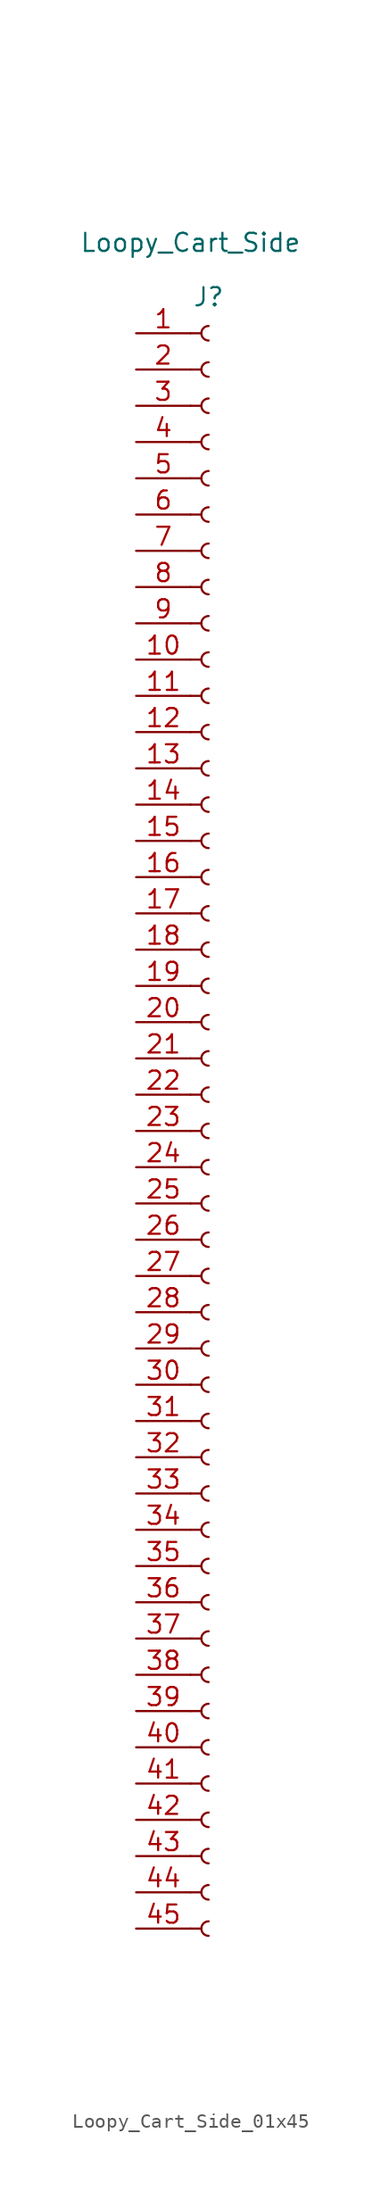
<source format=kicad_sym>
(kicad_symbol_lib
  (version 20220914)
  (generator kicad_symbol_editor)
  (symbol "Loopy_Cart_Side_01x45"
    (pin_names
      (offset 1.016) hide)
    (property "Reference" "J"
      (at 0 50.8 0)
      (effects (font (size 1.27 1.27))))
    (property "Value" "Loopy_Cart_Side"
      (at -1.27 54.61 0)
      (effects (font (size 1.27 1.27))))
    (property "ki_locked" ""
      (at 0 0 0)
      (effects (font (size 1.27 1.27))))
    (symbol "Loopy_Cart_Side_01x45_1_1"
      (arc (start 0 -62.992) (mid -0.5058 -63.5) (end 0 -64.008) (stroke (width 0.1524) (type default)) (fill (type none)))
      (arc (start 0 -60.452) (mid -0.5058 -60.96) (end 0 -61.468) (stroke (width 0.1524) (type default)) (fill (type none)))
      (arc (start 0 -57.912) (mid -0.5058 -58.42) (end 0 -58.928) (stroke (width 0.1524) (type default)) (fill (type none)))
      (arc (start 0 -55.372) (mid -0.5058 -55.88) (end 0 -56.388) (stroke (width 0.1524) (type default)) (fill (type none)))
      (arc (start 0 -52.832) (mid -0.5058 -53.34) (end 0 -53.848) (stroke (width 0.1524) (type default)) (fill (type none)))
      (arc (start 0 -50.292) (mid -0.5058 -50.8) (end 0 -51.308) (stroke (width 0.1524) (type default)) (fill (type none)))
      (arc (start 0 -47.752) (mid -0.5058 -48.26) (end 0 -48.768) (stroke (width 0.1524) (type default)) (fill (type none)))
      (arc (start 0 -45.212) (mid -0.5058 -45.72) (end 0 -46.228) (stroke (width 0.1524) (type default)) (fill (type none)))
      (arc (start 0 -42.672) (mid -0.5058 -43.18) (end 0 -43.688) (stroke (width 0.1524) (type default)) (fill (type none)))
      (arc (start 0 -40.132) (mid -0.5058 -40.64) (end 0 -41.148) (stroke (width 0.1524) (type default)) (fill (type none)))
      (arc (start 0 -37.592) (mid -0.5058 -38.1) (end 0 -38.608) (stroke (width 0.1524) (type default)) (fill (type none)))
      (arc (start 0 -35.052) (mid -0.5058 -35.56) (end 0 -36.068) (stroke (width 0.1524) (type default)) (fill (type none)))
      (arc (start 0 -32.512) (mid -0.5058 -33.02) (end 0 -33.528) (stroke (width 0.1524) (type default)) (fill (type none)))
      (arc (start 0 -29.972) (mid -0.5058 -30.48) (end 0 -30.988) (stroke (width 0.1524) (type default)) (fill (type none)))
      (arc (start 0 -27.432) (mid -0.5058 -27.94) (end 0 -28.448) (stroke (width 0.1524) (type default)) (fill (type none)))
      (arc (start 0 -24.892) (mid -0.5058 -25.4) (end 0 -25.908) (stroke (width 0.1524) (type default)) (fill (type none)))
      (arc (start 0 -22.352) (mid -0.5058 -22.86) (end 0 -23.368) (stroke (width 0.1524) (type default)) (fill (type none)))
      (arc (start 0 -19.812) (mid -0.5058 -20.32) (end 0 -20.828) (stroke (width 0.1524) (type default)) (fill (type none)))
      (arc (start 0 -17.272) (mid -0.5058 -17.78) (end 0 -18.288) (stroke (width 0.1524) (type default)) (fill (type none)))
      (arc (start 0 -14.732) (mid -0.5058 -15.24) (end 0 -15.748) (stroke (width 0.1524) (type default)) (fill (type none)))
      (arc (start 0 -12.192) (mid -0.5058 -12.7) (end 0 -13.208) (stroke (width 0.1524) (type default)) (fill (type none)))
      (arc (start 0 -9.652) (mid -0.5058 -10.16) (end 0 -10.668) (stroke (width 0.1524) (type default)) (fill (type none)))
      (arc (start 0 -7.112) (mid -0.5058 -7.62) (end 0 -8.128) (stroke (width 0.1524) (type default)) (fill (type none)))
      (arc (start 0 -4.572) (mid -0.5058 -5.08) (end 0 -5.588) (stroke (width 0.1524) (type default)) (fill (type none)))
      (arc (start 0 -2.032) (mid -0.5058 -2.54) (end 0 -3.048) (stroke (width 0.1524) (type default)) (fill (type none)))
      (polyline (pts (xy -1.27 -63.5) (xy -0.508 -63.5)) (stroke (width 0.152) (type default)) (fill (type none)))
      (polyline (pts (xy -1.27 -60.96) (xy -0.508 -60.96)) (stroke (width 0.152) (type default)) (fill (type none)))
      (polyline (pts (xy -1.27 -58.42) (xy -0.508 -58.42)) (stroke (width 0.152) (type default)) (fill (type none)))
      (polyline (pts (xy -1.27 -55.88) (xy -0.508 -55.88)) (stroke (width 0.152) (type default)) (fill (type none)))
      (polyline (pts (xy -1.27 -53.34) (xy -0.508 -53.34)) (stroke (width 0.152) (type default)) (fill (type none)))
      (polyline (pts (xy -1.27 -50.8) (xy -0.508 -50.8)) (stroke (width 0.152) (type default)) (fill (type none)))
      (polyline (pts (xy -1.27 -48.26) (xy -0.508 -48.26)) (stroke (width 0.152) (type default)) (fill (type none)))
      (polyline (pts (xy -1.27 -45.72) (xy -0.508 -45.72)) (stroke (width 0.152) (type default)) (fill (type none)))
      (polyline (pts (xy -1.27 -43.18) (xy -0.508 -43.18)) (stroke (width 0.152) (type default)) (fill (type none)))
      (polyline (pts (xy -1.27 -40.64) (xy -0.508 -40.64)) (stroke (width 0.152) (type default)) (fill (type none)))
      (polyline (pts (xy -1.27 -38.1) (xy -0.508 -38.1)) (stroke (width 0.152) (type default)) (fill (type none)))
      (polyline (pts (xy -1.27 -35.56) (xy -0.508 -35.56)) (stroke (width 0.152) (type default)) (fill (type none)))
      (polyline (pts (xy -1.27 -33.02) (xy -0.508 -33.02)) (stroke (width 0.152) (type default)) (fill (type none)))
      (polyline (pts (xy -1.27 -30.48) (xy -0.508 -30.48)) (stroke (width 0.152) (type default)) (fill (type none)))
      (polyline (pts (xy -1.27 -27.94) (xy -0.508 -27.94)) (stroke (width 0.152) (type default)) (fill (type none)))
      (polyline (pts (xy -1.27 -25.4) (xy -0.508 -25.4)) (stroke (width 0.152) (type default)) (fill (type none)))
      (polyline (pts (xy -1.27 -22.86) (xy -0.508 -22.86)) (stroke (width 0.152) (type default)) (fill (type none)))
      (polyline (pts (xy -1.27 -20.32) (xy -0.508 -20.32)) (stroke (width 0.152) (type default)) (fill (type none)))
      (polyline (pts (xy -1.27 -17.78) (xy -0.508 -17.78)) (stroke (width 0.152) (type default)) (fill (type none)))
      (polyline (pts (xy -1.27 -15.24) (xy -0.508 -15.24)) (stroke (width 0.152) (type default)) (fill (type none)))
      (polyline (pts (xy -1.27 -12.7) (xy -0.508 -12.7)) (stroke (width 0.152) (type default)) (fill (type none)))
      (polyline (pts (xy -1.27 -10.16) (xy -0.508 -10.16)) (stroke (width 0.152) (type default)) (fill (type none)))
      (polyline (pts (xy -1.27 -7.62) (xy -0.508 -7.62)) (stroke (width 0.152) (type default)) (fill (type none)))
      (polyline (pts (xy -1.27 -5.08) (xy -0.508 -5.08)) (stroke (width 0.152) (type default)) (fill (type none)))
      (polyline (pts (xy -1.27 -2.54) (xy -0.508 -2.54)) (stroke (width 0.152) (type default)) (fill (type none)))
      (polyline (pts (xy -1.27 0) (xy -0.508 0)) (stroke (width 0.152) (type default)) (fill (type none)))
      (polyline (pts (xy -1.27 2.54) (xy -0.508 2.54)) (stroke (width 0.152) (type default)) (fill (type none)))
      (polyline (pts (xy -1.27 5.08) (xy -0.508 5.08)) (stroke (width 0.152) (type default)) (fill (type none)))
      (polyline (pts (xy -1.27 7.62) (xy -0.508 7.62)) (stroke (width 0.152) (type default)) (fill (type none)))
      (polyline (pts (xy -1.27 10.16) (xy -0.508 10.16)) (stroke (width 0.152) (type default)) (fill (type none)))
      (polyline (pts (xy -1.27 12.7) (xy -0.508 12.7)) (stroke (width 0.152) (type default)) (fill (type none)))
      (polyline (pts (xy -1.27 15.24) (xy -0.508 15.24)) (stroke (width 0.152) (type default)) (fill (type none)))
      (polyline (pts (xy -1.27 17.78) (xy -0.508 17.78)) (stroke (width 0.152) (type default)) (fill (type none)))
      (polyline (pts (xy -1.27 20.32) (xy -0.508 20.32)) (stroke (width 0.152) (type default)) (fill (type none)))
      (polyline (pts (xy -1.27 22.86) (xy -0.508 22.86)) (stroke (width 0.152) (type default)) (fill (type none)))
      (polyline (pts (xy -1.27 25.4) (xy -0.508 25.4)) (stroke (width 0.152) (type default)) (fill (type none)))
      (polyline (pts (xy -1.27 27.94) (xy -0.508 27.94)) (stroke (width 0.152) (type default)) (fill (type none)))
      (polyline (pts (xy -1.27 30.48) (xy -0.508 30.48)) (stroke (width 0.152) (type default)) (fill (type none)))
      (polyline (pts (xy -1.27 33.02) (xy -0.508 33.02)) (stroke (width 0.152) (type default)) (fill (type none)))
      (polyline (pts (xy -1.27 35.56) (xy -0.508 35.56)) (stroke (width 0.152) (type default)) (fill (type none)))
      (polyline (pts (xy -1.27 38.1) (xy -0.508 38.1)) (stroke (width 0.152) (type default)) (fill (type none)))
      (polyline (pts (xy -1.27 40.64) (xy -0.508 40.64)) (stroke (width 0.152) (type default)) (fill (type none)))
      (polyline (pts (xy -1.27 43.18) (xy -0.508 43.18)) (stroke (width 0.152) (type default)) (fill (type none)))
      (polyline (pts (xy -1.27 45.72) (xy -0.508 45.72)) (stroke (width 0.152) (type default)) (fill (type none)))
      (polyline (pts (xy -1.27 48.26) (xy -0.508 48.26)) (stroke (width 0.152) (type default)) (fill (type none)))
      (arc (start 0 0.508) (mid -0.5058 0) (end 0 -0.508) (stroke (width 0.1524) (type default)) (fill (type none)))
      (arc (start 0 3.048) (mid -0.5058 2.54) (end 0 2.032) (stroke (width 0.1524) (type default)) (fill (type none)))
      (arc (start 0 5.588) (mid -0.5058 5.08) (end 0 4.572) (stroke (width 0.1524) (type default)) (fill (type none)))
      (arc (start 0 8.128) (mid -0.5058 7.62) (end 0 7.112) (stroke (width 0.1524) (type default)) (fill (type none)))
      (arc (start 0 10.668) (mid -0.5058 10.16) (end 0 9.652) (stroke (width 0.1524) (type default)) (fill (type none)))
      (arc (start 0 13.208) (mid -0.5058 12.7) (end 0 12.192) (stroke (width 0.1524) (type default)) (fill (type none)))
      (arc (start 0 15.748) (mid -0.5058 15.24) (end 0 14.732) (stroke (width 0.1524) (type default)) (fill (type none)))
      (arc (start 0 18.288) (mid -0.5058 17.78) (end 0 17.272) (stroke (width 0.1524) (type default)) (fill (type none)))
      (arc (start 0 20.828) (mid -0.5058 20.32) (end 0 19.812) (stroke (width 0.1524) (type default)) (fill (type none)))
      (arc (start 0 23.368) (mid -0.5058 22.86) (end 0 22.352) (stroke (width 0.1524) (type default)) (fill (type none)))
      (arc (start 0 25.908) (mid -0.5058 25.4) (end 0 24.892) (stroke (width 0.1524) (type default)) (fill (type none)))
      (arc (start 0 28.448) (mid -0.5058 27.94) (end 0 27.432) (stroke (width 0.1524) (type default)) (fill (type none)))
      (arc (start 0 30.988) (mid -0.5058 30.48) (end 0 29.972) (stroke (width 0.1524) (type default)) (fill (type none)))
      (arc (start 0 33.528) (mid -0.5058 33.02) (end 0 32.512) (stroke (width 0.1524) (type default)) (fill (type none)))
      (arc (start 0 36.068) (mid -0.5058 35.56) (end 0 35.052) (stroke (width 0.1524) (type default)) (fill (type none)))
      (arc (start 0 38.608) (mid -0.5058 38.1) (end 0 37.592) (stroke (width 0.1524) (type default)) (fill (type none)))
      (arc (start 0 41.148) (mid -0.5058 40.64) (end 0 40.132) (stroke (width 0.1524) (type default)) (fill (type none)))
      (arc (start 0 43.688) (mid -0.5058 43.18) (end 0 42.672) (stroke (width 0.1524) (type default)) (fill (type none)))
      (arc (start 0 46.228) (mid -0.5058 45.72) (end 0 45.212) (stroke (width 0.1524) (type default)) (fill (type none)))
      (arc (start 0 48.768) (mid -0.5058 48.26) (end 0 47.752) (stroke (width 0.1524) (type default)) (fill (type none)))
      (pin passive line (at -5.08 48.26 0) (length 3.81) (name "Pin_1" (effects (font (size 1.27 1.27)))) (number "1" (effects (font (size 1.27 1.27)))))
      (pin passive line (at -5.08 25.4 0) (length 3.81) (name "Pin_10" (effects (font (size 1.27 1.27)))) (number "10" (effects (font (size 1.27 1.27)))))
      (pin passive line (at -5.08 22.86 0) (length 3.81) (name "Pin_11" (effects (font (size 1.27 1.27)))) (number "11" (effects (font (size 1.27 1.27)))))
      (pin passive line (at -5.08 20.32 0) (length 3.81) (name "Pin_12" (effects (font (size 1.27 1.27)))) (number "12" (effects (font (size 1.27 1.27)))))
      (pin passive line (at -5.08 17.78 0) (length 3.81) (name "Pin_13" (effects (font (size 1.27 1.27)))) (number "13" (effects (font (size 1.27 1.27)))))
      (pin passive line (at -5.08 15.24 0) (length 3.81) (name "Pin_14" (effects (font (size 1.27 1.27)))) (number "14" (effects (font (size 1.27 1.27)))))
      (pin passive line (at -5.08 12.7 0) (length 3.81) (name "Pin_15" (effects (font (size 1.27 1.27)))) (number "15" (effects (font (size 1.27 1.27)))))
      (pin passive line (at -5.08 10.16 0) (length 3.81) (name "Pin_16" (effects (font (size 1.27 1.27)))) (number "16" (effects (font (size 1.27 1.27)))))
      (pin passive line (at -5.08 7.62 0) (length 3.81) (name "Pin_17" (effects (font (size 1.27 1.27)))) (number "17" (effects (font (size 1.27 1.27)))))
      (pin passive line (at -5.08 5.08 0) (length 3.81) (name "Pin_18" (effects (font (size 1.27 1.27)))) (number "18" (effects (font (size 1.27 1.27)))))
      (pin passive line (at -5.08 2.54 0) (length 3.81) (name "Pin_19" (effects (font (size 1.27 1.27)))) (number "19" (effects (font (size 1.27 1.27)))))
      (pin passive line (at -5.08 45.72 0) (length 3.81) (name "Pin_2" (effects (font (size 1.27 1.27)))) (number "2" (effects (font (size 1.27 1.27)))))
      (pin passive line (at -5.08 0 0) (length 3.81) (name "Pin_20" (effects (font (size 1.27 1.27)))) (number "20" (effects (font (size 1.27 1.27)))))
      (pin passive line (at -5.08 -2.54 0) (length 3.81) (name "Pin_21" (effects (font (size 1.27 1.27)))) (number "21" (effects (font (size 1.27 1.27)))))
      (pin passive line (at -5.08 -5.08 0) (length 3.81) (name "Pin_22" (effects (font (size 1.27 1.27)))) (number "22" (effects (font (size 1.27 1.27)))))
      (pin passive line (at -5.08 -7.62 0) (length 3.81) (name "Pin_23" (effects (font (size 1.27 1.27)))) (number "23" (effects (font (size 1.27 1.27)))))
      (pin passive line (at -5.08 -10.16 0) (length 3.81) (name "Pin_24" (effects (font (size 1.27 1.27)))) (number "24" (effects (font (size 1.27 1.27)))))
      (pin passive line (at -5.08 -12.7 0) (length 3.81) (name "Pin_25" (effects (font (size 1.27 1.27)))) (number "25" (effects (font (size 1.27 1.27)))))
      (pin passive line (at -5.08 -15.24 0) (length 3.81) (name "Pin_26" (effects (font (size 1.27 1.27)))) (number "26" (effects (font (size 1.27 1.27)))))
      (pin passive line (at -5.08 -17.78 0) (length 3.81) (name "Pin_27" (effects (font (size 1.27 1.27)))) (number "27" (effects (font (size 1.27 1.27)))))
      (pin passive line (at -5.08 -20.32 0) (length 3.81) (name "Pin_28" (effects (font (size 1.27 1.27)))) (number "28" (effects (font (size 1.27 1.27)))))
      (pin passive line (at -5.08 -22.86 0) (length 3.81) (name "Pin_29" (effects (font (size 1.27 1.27)))) (number "29" (effects (font (size 1.27 1.27)))))
      (pin passive line (at -5.08 43.18 0) (length 3.81) (name "Pin_3" (effects (font (size 1.27 1.27)))) (number "3" (effects (font (size 1.27 1.27)))))
      (pin passive line (at -5.08 -25.4 0) (length 3.81) (name "Pin_30" (effects (font (size 1.27 1.27)))) (number "30" (effects (font (size 1.27 1.27)))))
      (pin passive line (at -5.08 -27.94 0) (length 3.81) (name "Pin_31" (effects (font (size 1.27 1.27)))) (number "31" (effects (font (size 1.27 1.27)))))
      (pin passive line (at -5.08 -30.48 0) (length 3.81) (name "Pin_32" (effects (font (size 1.27 1.27)))) (number "32" (effects (font (size 1.27 1.27)))))
      (pin passive line (at -5.08 -33.02 0) (length 3.81) (name "Pin_33" (effects (font (size 1.27 1.27)))) (number "33" (effects (font (size 1.27 1.27)))))
      (pin passive line (at -5.08 -35.56 0) (length 3.81) (name "Pin_34" (effects (font (size 1.27 1.27)))) (number "34" (effects (font (size 1.27 1.27)))))
      (pin passive line (at -5.08 -38.1 0) (length 3.81) (name "Pin_35" (effects (font (size 1.27 1.27)))) (number "35" (effects (font (size 1.27 1.27)))))
      (pin passive line (at -5.08 -40.64 0) (length 3.81) (name "Pin_36" (effects (font (size 1.27 1.27)))) (number "36" (effects (font (size 1.27 1.27)))))
      (pin passive line (at -5.08 -43.18 0) (length 3.81) (name "Pin_37" (effects (font (size 1.27 1.27)))) (number "37" (effects (font (size 1.27 1.27)))))
      (pin passive line (at -5.08 -45.72 0) (length 3.81) (name "Pin_38" (effects (font (size 1.27 1.27)))) (number "38" (effects (font (size 1.27 1.27)))))
      (pin passive line (at -5.08 -48.26 0) (length 3.81) (name "Pin_39" (effects (font (size 1.27 1.27)))) (number "39" (effects (font (size 1.27 1.27)))))
      (pin passive line (at -5.08 40.64 0) (length 3.81) (name "Pin_4" (effects (font (size 1.27 1.27)))) (number "4" (effects (font (size 1.27 1.27)))))
      (pin passive line (at -5.08 -50.8 0) (length 3.81) (name "Pin_40" (effects (font (size 1.27 1.27)))) (number "40" (effects (font (size 1.27 1.27)))))
      (pin passive line (at -5.08 -53.34 0) (length 3.81) (name "Pin_41" (effects (font (size 1.27 1.27)))) (number "41" (effects (font (size 1.27 1.27)))))
      (pin passive line (at -5.08 -55.88 0) (length 3.81) (name "Pin_42" (effects (font (size 1.27 1.27)))) (number "42" (effects (font (size 1.27 1.27)))))
      (pin passive line (at -5.08 -58.42 0) (length 3.81) (name "Pin_43" (effects (font (size 1.27 1.27)))) (number "43" (effects (font (size 1.27 1.27)))))
      (pin passive line (at -5.08 -60.96 0) (length 3.81) (name "Pin_44" (effects (font (size 1.27 1.27)))) (number "44" (effects (font (size 1.27 1.27)))))
      (pin passive line (at -5.08 -63.5 0) (length 3.81) (name "Pin_45" (effects (font (size 1.27 1.27)))) (number "45" (effects (font (size 1.27 1.27)))))
      (pin passive line (at -5.08 38.1 0) (length 3.81) (name "Pin_5" (effects (font (size 1.27 1.27)))) (number "5" (effects (font (size 1.27 1.27)))))
      (pin passive line (at -5.08 35.56 0) (length 3.81) (name "Pin_6" (effects (font (size 1.27 1.27)))) (number "6" (effects (font (size 1.27 1.27)))))
      (pin passive line (at -5.08 33.02 0) (length 3.81) (name "Pin_7" (effects (font (size 1.27 1.27)))) (number "7" (effects (font (size 1.27 1.27)))))
      (pin passive line (at -5.08 30.48 0) (length 3.81) (name "Pin_8" (effects (font (size 1.27 1.27)))) (number "8" (effects (font (size 1.27 1.27)))))
      (pin passive line (at -5.08 27.94 0) (length 3.81) (name "Pin_9" (effects (font (size 1.27 1.27)))) (number "9" (effects (font (size 1.27 1.27))))))))
</source>
